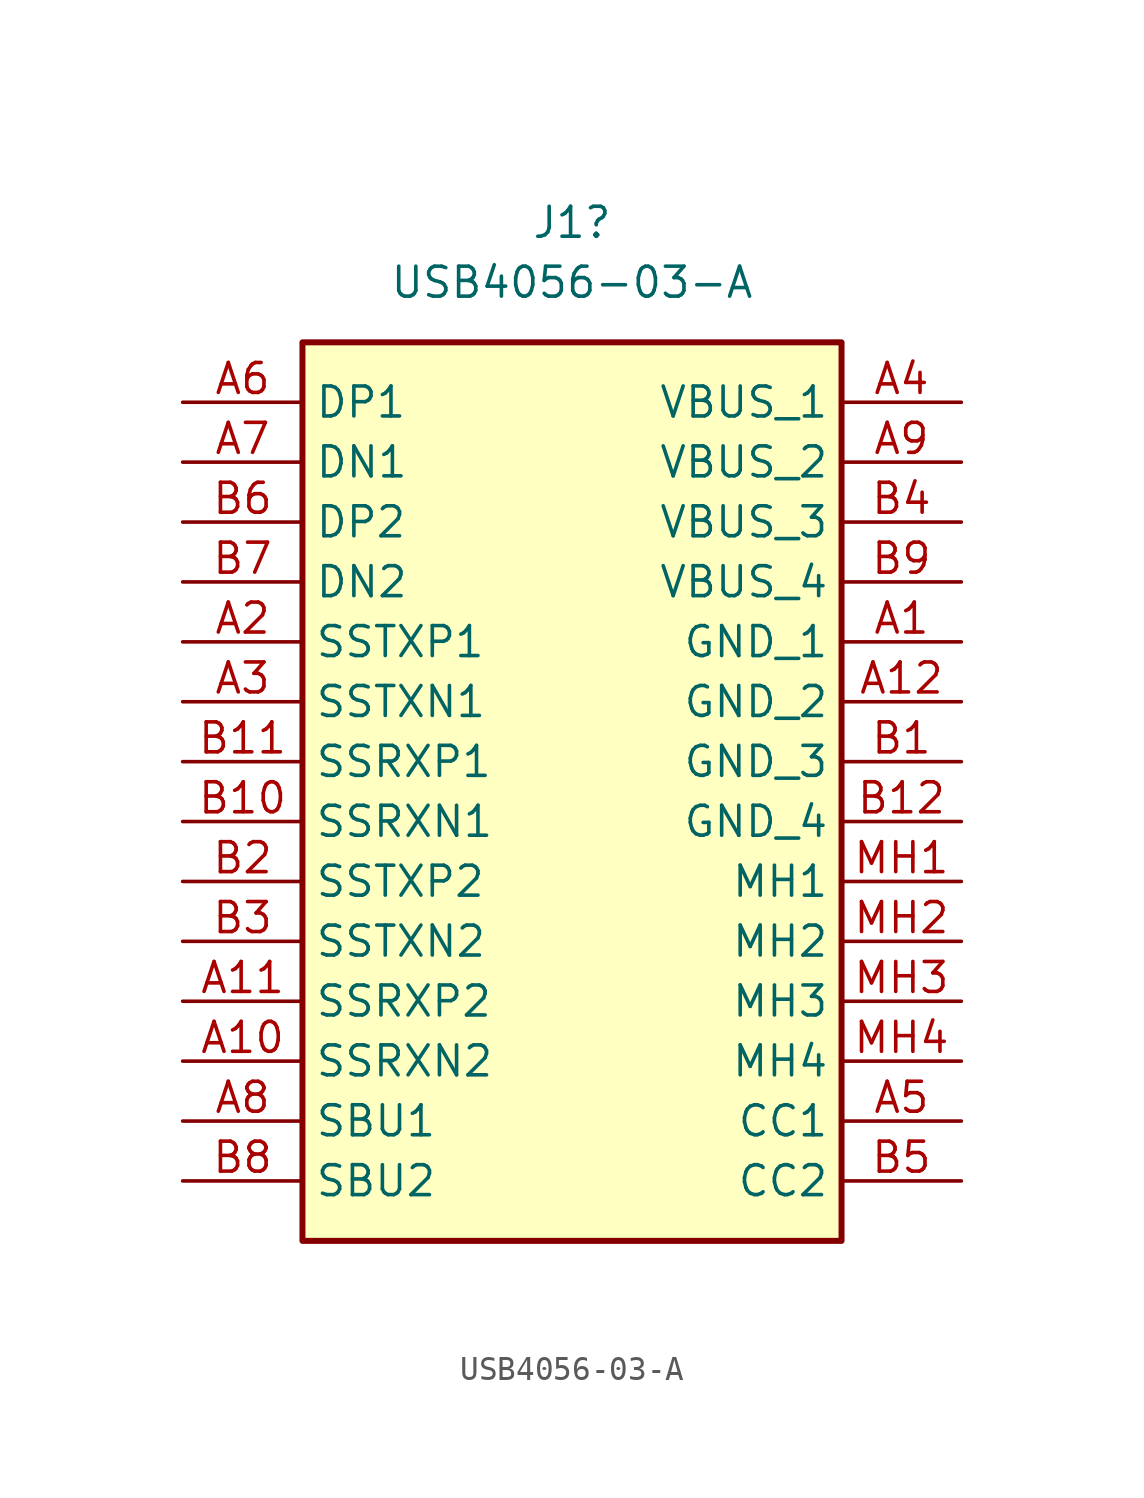
<source format=kicad_sym>
(kicad_symbol_lib
  (version 20231120)
  (generator "kicad_symbol_editor")
  (generator_version "8.0")
  (symbol "USB4056-03-A"
    (property "Reference" "J1"
      (at 16.51 7.62 0)
      (effects (font (size 1.27 1.27))))
    (property "Value" "USB4056-03-A"
      (at 16.51 5.08 0)
      (effects (font (size 1.27 1.27))))
    (symbol "USB4056-03-A_1_1"
      (rectangle (start 5.08 2.54) (end 27.94 -35.56) (stroke (width 0.254) (type default)) (fill (type background)))
      (pin passive line (at 33.02 -10.16 180) (length 5.08) (name "GND_1" (effects (font (size 1.27 1.27)))) (number "A1" (effects (font (size 1.27 1.27)))))
      (pin passive line (at 0 -27.94 0) (length 5.08) (name "SSRXN2" (effects (font (size 1.27 1.27)))) (number "A10" (effects (font (size 1.27 1.27)))))
      (pin passive line (at 0 -25.4 0) (length 5.08) (name "SSRXP2" (effects (font (size 1.27 1.27)))) (number "A11" (effects (font (size 1.27 1.27)))))
      (pin passive line (at 33.02 -12.7 180) (length 5.08) (name "GND_2" (effects (font (size 1.27 1.27)))) (number "A12" (effects (font (size 1.27 1.27)))))
      (pin passive line (at 0 -10.16 0) (length 5.08) (name "SSTXP1" (effects (font (size 1.27 1.27)))) (number "A2" (effects (font (size 1.27 1.27)))))
      (pin passive line (at 0 -12.7 0) (length 5.08) (name "SSTXN1" (effects (font (size 1.27 1.27)))) (number "A3" (effects (font (size 1.27 1.27)))))
      (pin passive line (at 33.02 0 180) (length 5.08) (name "VBUS_1" (effects (font (size 1.27 1.27)))) (number "A4" (effects (font (size 1.27 1.27)))))
      (pin passive line (at 33.02 -30.48 180) (length 5.08) (name "CC1" (effects (font (size 1.27 1.27)))) (number "A5" (effects (font (size 1.27 1.27)))))
      (pin passive line (at 0 0 0) (length 5.08) (name "DP1" (effects (font (size 1.27 1.27)))) (number "A6" (effects (font (size 1.27 1.27)))))
      (pin passive line (at 0 -2.54 0) (length 5.08) (name "DN1" (effects (font (size 1.27 1.27)))) (number "A7" (effects (font (size 1.27 1.27)))))
      (pin passive line (at 0 -30.48 0) (length 5.08) (name "SBU1" (effects (font (size 1.27 1.27)))) (number "A8" (effects (font (size 1.27 1.27)))))
      (pin passive line (at 33.02 -2.54 180) (length 5.08) (name "VBUS_2" (effects (font (size 1.27 1.27)))) (number "A9" (effects (font (size 1.27 1.27)))))
      (pin passive line (at 33.02 -15.24 180) (length 5.08) (name "GND_3" (effects (font (size 1.27 1.27)))) (number "B1" (effects (font (size 1.27 1.27)))))
      (pin passive line (at 0 -17.78 0) (length 5.08) (name "SSRXN1" (effects (font (size 1.27 1.27)))) (number "B10" (effects (font (size 1.27 1.27)))))
      (pin passive line (at 0 -15.24 0) (length 5.08) (name "SSRXP1" (effects (font (size 1.27 1.27)))) (number "B11" (effects (font (size 1.27 1.27)))))
      (pin passive line (at 33.02 -17.78 180) (length 5.08) (name "GND_4" (effects (font (size 1.27 1.27)))) (number "B12" (effects (font (size 1.27 1.27)))))
      (pin passive line (at 0 -20.32 0) (length 5.08) (name "SSTXP2" (effects (font (size 1.27 1.27)))) (number "B2" (effects (font (size 1.27 1.27)))))
      (pin passive line (at 0 -22.86 0) (length 5.08) (name "SSTXN2" (effects (font (size 1.27 1.27)))) (number "B3" (effects (font (size 1.27 1.27)))))
      (pin passive line (at 33.02 -5.08 180) (length 5.08) (name "VBUS_3" (effects (font (size 1.27 1.27)))) (number "B4" (effects (font (size 1.27 1.27)))))
      (pin passive line (at 33.02 -33.02 180) (length 5.08) (name "CC2" (effects (font (size 1.27 1.27)))) (number "B5" (effects (font (size 1.27 1.27)))))
      (pin passive line (at 0 -5.08 0) (length 5.08) (name "DP2" (effects (font (size 1.27 1.27)))) (number "B6" (effects (font (size 1.27 1.27)))))
      (pin passive line (at 0 -7.62 0) (length 5.08) (name "DN2" (effects (font (size 1.27 1.27)))) (number "B7" (effects (font (size 1.27 1.27)))))
      (pin passive line (at 0 -33.02 0) (length 5.08) (name "SBU2" (effects (font (size 1.27 1.27)))) (number "B8" (effects (font (size 1.27 1.27)))))
      (pin passive line (at 33.02 -7.62 180) (length 5.08) (name "VBUS_4" (effects (font (size 1.27 1.27)))) (number "B9" (effects (font (size 1.27 1.27)))))
      (pin passive line (at 33.02 -20.32 180) (length 5.08) (name "MH1" (effects (font (size 1.27 1.27)))) (number "MH1" (effects (font (size 1.27 1.27)))))
      (pin passive line (at 33.02 -22.86 180) (length 5.08) (name "MH2" (effects (font (size 1.27 1.27)))) (number "MH2" (effects (font (size 1.27 1.27)))))
      (pin passive line (at 33.02 -25.4 180) (length 5.08) (name "MH3" (effects (font (size 1.27 1.27)))) (number "MH3" (effects (font (size 1.27 1.27)))))
      (pin passive line (at 33.02 -27.94 180) (length 5.08) (name "MH4" (effects (font (size 1.27 1.27)))) (number "MH4" (effects (font (size 1.27 1.27))))))))
</source>
